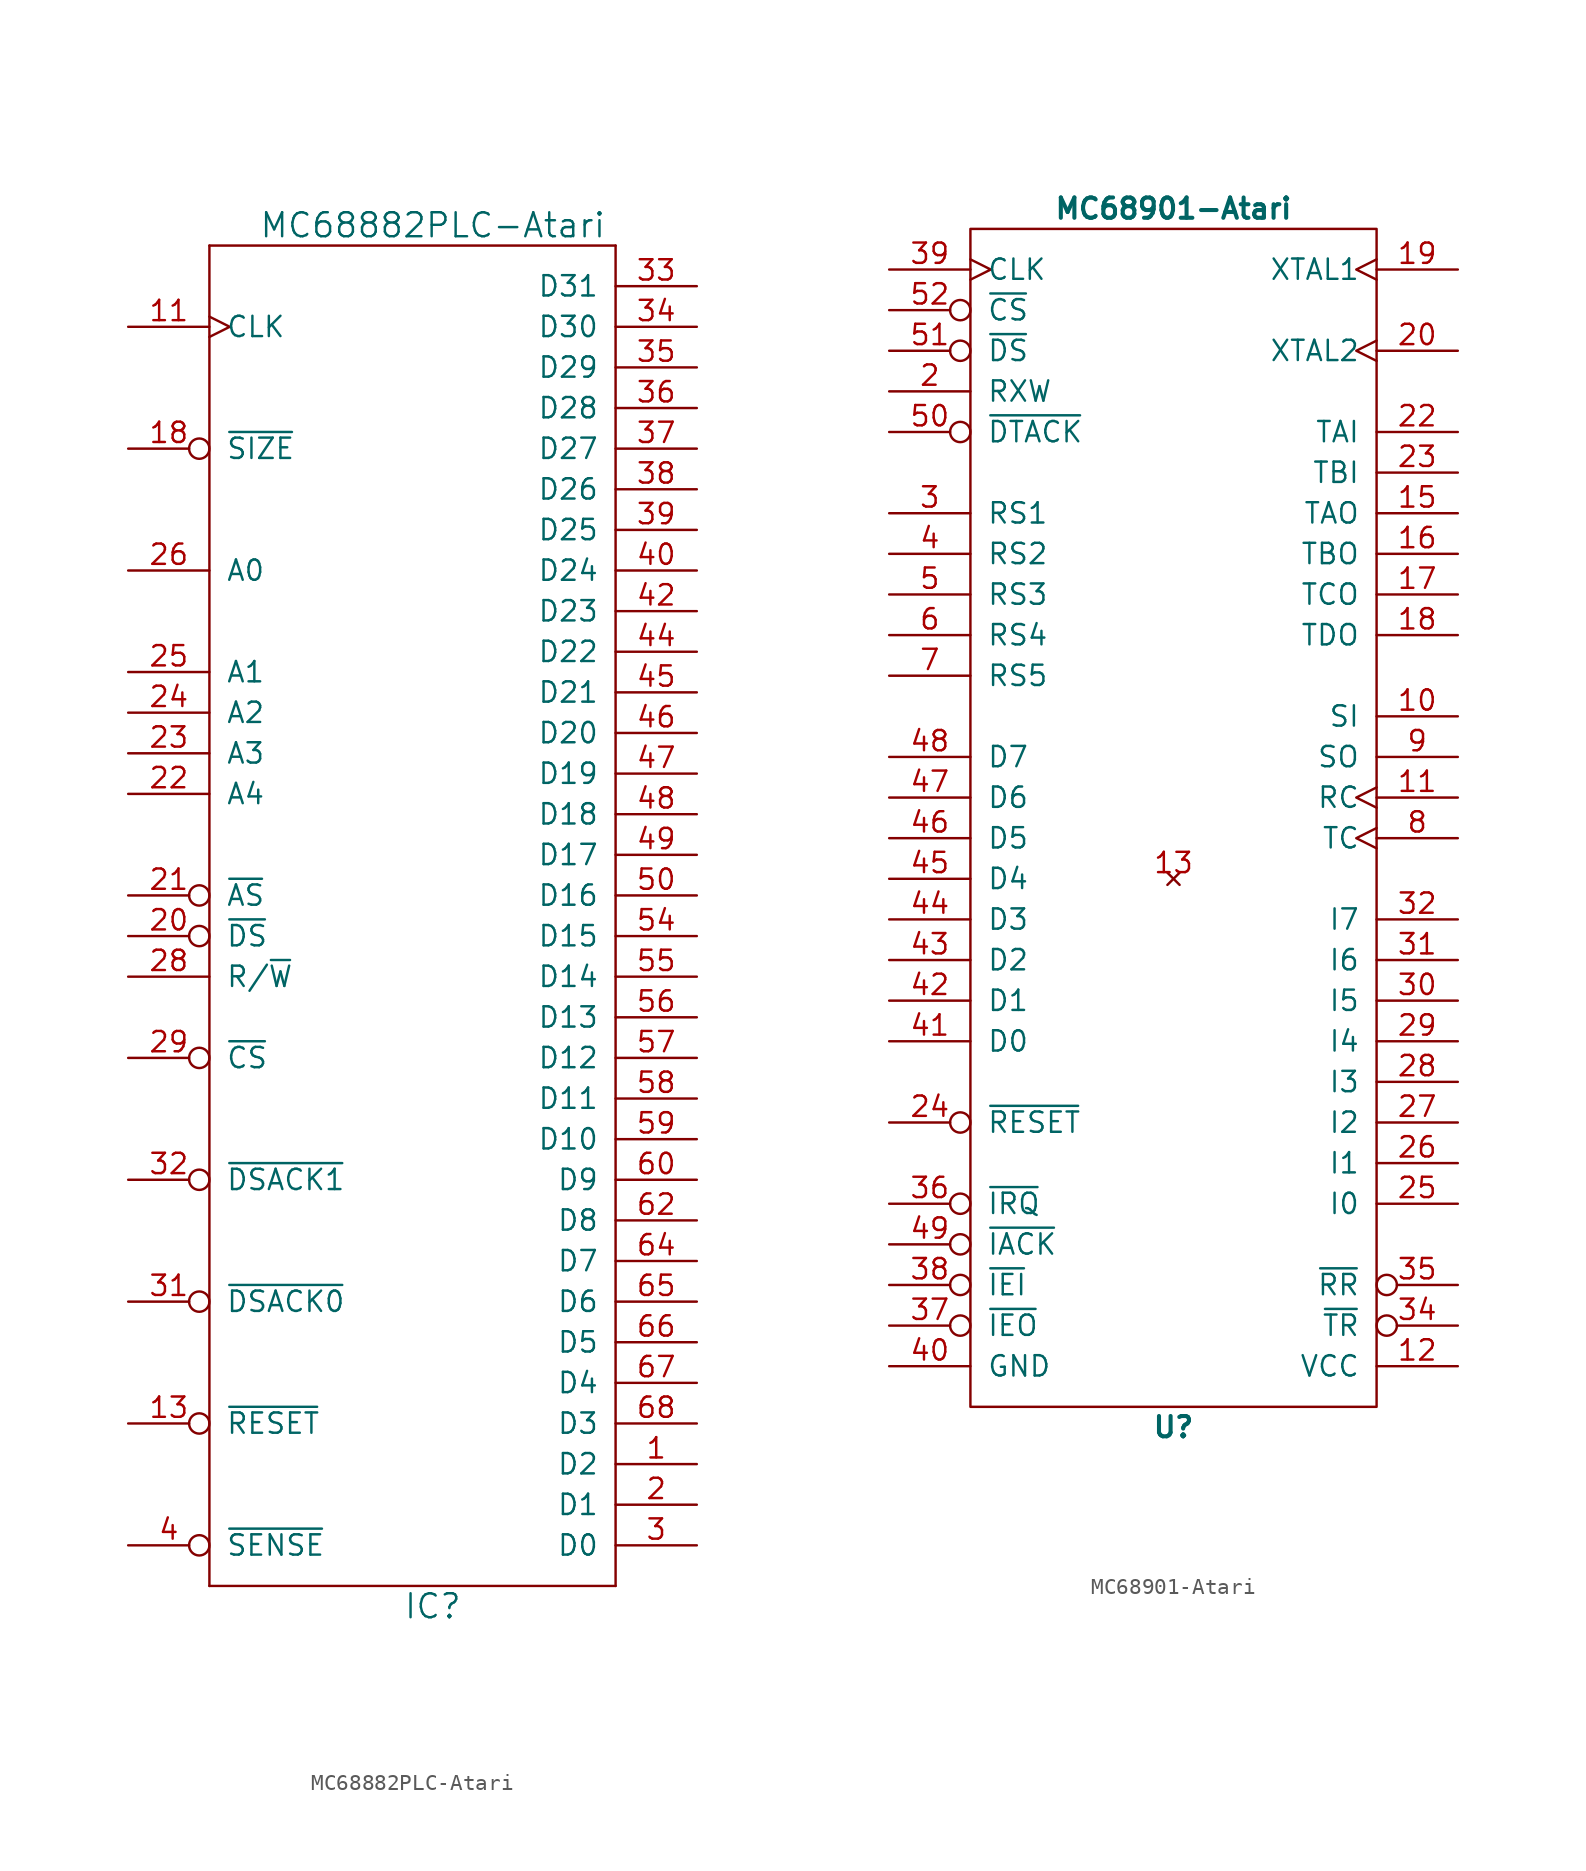
<source format=kicad_sym>
(kicad_symbol_lib
  (version 20231120)
  (generator "kicad_symbol_editor")
  (generator_version "8.0")
  (symbol "MC68882PLC-Atari"
    (pin_names
      (offset 1.016))
    (property "Reference" "IC"
      (at 0 -43.18 0)
      (effects (font (size 1.499 1.499))))
    (property "Value" "MC68882PLC-Atari"
      (at 0 43.18 0)
      (effects (font (size 1.499 1.499))))
    (symbol "MC68882PLC-Atari_1_0"
      (polyline (pts (xy -13.97 41.91) (xy -13.97 -41.91)) (stroke (width 0) (type solid)) (fill (type none)))
      (polyline (pts (xy 11.43 -41.91) (xy 11.43 41.91)) (stroke (width 0) (type solid)) (fill (type none)))
      (polyline (pts (xy -13.97 41.91) (xy -2.54 41.91) (xy 11.43 41.91)) (stroke (width 0) (type solid)) (fill (type none)))
      (polyline (pts (xy 11.43 -41.91) (xy -2.54 -41.91) (xy -13.97 -41.91)) (stroke (width 0) (type solid)) (fill (type none)))
      (pin input line (at 16.51 -34.29 180) (length 5.08) (name "D2" (effects (font (size 1.27 1.27)))) (number "1" (effects (font (size 1.27 1.27)))))
      (pin input clock (at -19.05 36.83 0) (length 5.08) (name "CLK" (effects (font (size 1.27 1.27)))) (number "11" (effects (font (size 1.27 1.27)))))
      (pin input inverted (at -19.05 -31.75 0) (length 5.08) (name "~{RESET}" (effects (font (size 1.27 1.27)))) (number "13" (effects (font (size 1.27 1.27)))))
      (pin input inverted (at -19.05 29.21 0) (length 5.08) (name "~{SIZE}" (effects (font (size 1.27 1.27)))) (number "18" (effects (font (size 1.27 1.27)))))
      (pin input line (at 16.51 -36.83 180) (length 5.08) (name "D1" (effects (font (size 1.27 1.27)))) (number "2" (effects (font (size 1.27 1.27)))))
      (pin input inverted (at -19.05 -1.27 0) (length 5.08) (name "~{DS}" (effects (font (size 1.27 1.27)))) (number "20" (effects (font (size 1.27 1.27)))))
      (pin input inverted (at -19.05 1.27 0) (length 5.08) (name "~{AS}" (effects (font (size 1.27 1.27)))) (number "21" (effects (font (size 1.27 1.27)))))
      (pin input line (at -19.05 7.62 0) (length 5.08) (name "A4" (effects (font (size 1.27 1.27)))) (number "22" (effects (font (size 1.27 1.27)))))
      (pin input line (at -19.05 10.16 0) (length 5.08) (name "A3" (effects (font (size 1.27 1.27)))) (number "23" (effects (font (size 1.27 1.27)))))
      (pin input line (at -19.05 12.7 0) (length 5.08) (name "A2" (effects (font (size 1.27 1.27)))) (number "24" (effects (font (size 1.27 1.27)))))
      (pin input line (at -19.05 15.24 0) (length 5.08) (name "A1" (effects (font (size 1.27 1.27)))) (number "25" (effects (font (size 1.27 1.27)))))
      (pin input line (at -19.05 21.59 0) (length 5.08) (name "A0" (effects (font (size 1.27 1.27)))) (number "26" (effects (font (size 1.27 1.27)))))
      (pin input line (at -19.05 -3.81 0) (length 5.08) (name "R/~{W}" (effects (font (size 1.27 1.27)))) (number "28" (effects (font (size 1.27 1.27)))))
      (pin input inverted (at -19.05 -8.89 0) (length 5.08) (name "~{CS}" (effects (font (size 1.27 1.27)))) (number "29" (effects (font (size 1.27 1.27)))))
      (pin input line (at 16.51 -39.37 180) (length 5.08) (name "D0" (effects (font (size 1.27 1.27)))) (number "3" (effects (font (size 1.27 1.27)))))
      (pin output inverted (at -19.05 -24.13 0) (length 5.08) (name "~{DSACK0}" (effects (font (size 1.27 1.27)))) (number "31" (effects (font (size 1.27 1.27)))))
      (pin output inverted (at -19.05 -16.51 0) (length 5.08) (name "~{DSACK1}" (effects (font (size 1.27 1.27)))) (number "32" (effects (font (size 1.27 1.27)))))
      (pin input line (at 16.51 39.37 180) (length 5.08) (name "D31" (effects (font (size 1.27 1.27)))) (number "33" (effects (font (size 1.27 1.27)))))
      (pin input line (at 16.51 36.83 180) (length 5.08) (name "D30" (effects (font (size 1.27 1.27)))) (number "34" (effects (font (size 1.27 1.27)))))
      (pin input line (at 16.51 34.29 180) (length 5.08) (name "D29" (effects (font (size 1.27 1.27)))) (number "35" (effects (font (size 1.27 1.27)))))
      (pin input line (at 16.51 31.75 180) (length 5.08) (name "D28" (effects (font (size 1.27 1.27)))) (number "36" (effects (font (size 1.27 1.27)))))
      (pin input line (at 16.51 29.21 180) (length 5.08) (name "D27" (effects (font (size 1.27 1.27)))) (number "37" (effects (font (size 1.27 1.27)))))
      (pin input line (at 16.51 26.67 180) (length 5.08) (name "D26" (effects (font (size 1.27 1.27)))) (number "38" (effects (font (size 1.27 1.27)))))
      (pin input line (at 16.51 24.13 180) (length 5.08) (name "D25" (effects (font (size 1.27 1.27)))) (number "39" (effects (font (size 1.27 1.27)))))
      (pin input inverted (at -19.05 -39.37 0) (length 5.08) (name "~{SENSE}" (effects (font (size 1.27 1.27)))) (number "4" (effects (font (size 1.27 1.27)))))
      (pin input line (at 16.51 21.59 180) (length 5.08) (name "D24" (effects (font (size 1.27 1.27)))) (number "40" (effects (font (size 1.27 1.27)))))
      (pin input line (at 16.51 19.05 180) (length 5.08) (name "D23" (effects (font (size 1.27 1.27)))) (number "42" (effects (font (size 1.27 1.27)))))
      (pin input line (at 16.51 16.51 180) (length 5.08) (name "D22" (effects (font (size 1.27 1.27)))) (number "44" (effects (font (size 1.27 1.27)))))
      (pin input line (at 16.51 13.97 180) (length 5.08) (name "D21" (effects (font (size 1.27 1.27)))) (number "45" (effects (font (size 1.27 1.27)))))
      (pin input line (at 16.51 11.43 180) (length 5.08) (name "D20" (effects (font (size 1.27 1.27)))) (number "46" (effects (font (size 1.27 1.27)))))
      (pin input line (at 16.51 8.89 180) (length 5.08) (name "D19" (effects (font (size 1.27 1.27)))) (number "47" (effects (font (size 1.27 1.27)))))
      (pin input line (at 16.51 6.35 180) (length 5.08) (name "D18" (effects (font (size 1.27 1.27)))) (number "48" (effects (font (size 1.27 1.27)))))
      (pin input line (at 16.51 3.81 180) (length 5.08) (name "D17" (effects (font (size 1.27 1.27)))) (number "49" (effects (font (size 1.27 1.27)))))
      (pin input line (at 16.51 1.27 180) (length 5.08) (name "D16" (effects (font (size 1.27 1.27)))) (number "50" (effects (font (size 1.27 1.27)))))
      (pin input line (at 16.51 -1.27 180) (length 5.08) (name "D15" (effects (font (size 1.27 1.27)))) (number "54" (effects (font (size 1.27 1.27)))))
      (pin input line (at 16.51 -3.81 180) (length 5.08) (name "D14" (effects (font (size 1.27 1.27)))) (number "55" (effects (font (size 1.27 1.27)))))
      (pin input line (at 16.51 -6.35 180) (length 5.08) (name "D13" (effects (font (size 1.27 1.27)))) (number "56" (effects (font (size 1.27 1.27)))))
      (pin input line (at 16.51 -8.89 180) (length 5.08) (name "D12" (effects (font (size 1.27 1.27)))) (number "57" (effects (font (size 1.27 1.27)))))
      (pin input line (at 16.51 -11.43 180) (length 5.08) (name "D11" (effects (font (size 1.27 1.27)))) (number "58" (effects (font (size 1.27 1.27)))))
      (pin input line (at 16.51 -13.97 180) (length 5.08) (name "D10" (effects (font (size 1.27 1.27)))) (number "59" (effects (font (size 1.27 1.27)))))
      (pin input line (at 16.51 -16.51 180) (length 5.08) (name "D9" (effects (font (size 1.27 1.27)))) (number "60" (effects (font (size 1.27 1.27)))))
      (pin input line (at 16.51 -19.05 180) (length 5.08) (name "D8" (effects (font (size 1.27 1.27)))) (number "62" (effects (font (size 1.27 1.27)))))
      (pin input line (at 16.51 -21.59 180) (length 5.08) (name "D7" (effects (font (size 1.27 1.27)))) (number "64" (effects (font (size 1.27 1.27)))))
      (pin input line (at 16.51 -24.13 180) (length 5.08) (name "D6" (effects (font (size 1.27 1.27)))) (number "65" (effects (font (size 1.27 1.27)))))
      (pin input line (at 16.51 -26.67 180) (length 5.08) (name "D5" (effects (font (size 1.27 1.27)))) (number "66" (effects (font (size 1.27 1.27)))))
      (pin input line (at 16.51 -29.21 180) (length 5.08) (name "D4" (effects (font (size 1.27 1.27)))) (number "67" (effects (font (size 1.27 1.27)))))
      (pin input line (at 16.51 -31.75 180) (length 5.08) (name "D3" (effects (font (size 1.27 1.27)))) (number "68" (effects (font (size 1.27 1.27))))))
    (symbol "MC68882PLC-Atari_1_1"
      (pin power_in line (at 0 31.75 0) (length 5.08) hide (name "VCC@1" (effects (font (size 0 0)))) (number "10" (effects (font (size 1.27 1.27)))))
      (pin power_in line (at 0 -6.35 0) (length 5.08) hide (name "GND@6" (effects (font (size 0 0)))) (number "12" (effects (font (size 1.27 1.27)))))
      (pin power_in line (at 0 -8.89 0) (length 5.08) hide (name "GND@7" (effects (font (size 0 0)))) (number "14" (effects (font (size 1.27 1.27)))))
      (pin no_connect line (at 0 -34.29 0) (length 5.08) hide (name "NC" (effects (font (size 0 0)))) (number "15" (effects (font (size 1.27 1.27)))))
      (pin power_in line (at 0 29.21 0) (length 5.08) hide (name "VCC@2" (effects (font (size 0 0)))) (number "16" (effects (font (size 1.27 1.27)))))
      (pin power_in line (at 0 26.67 0) (length 5.08) hide (name "VCC@3" (effects (font (size 0 0)))) (number "17" (effects (font (size 1.27 1.27)))))
      (pin power_in line (at 0 -11.43 0) (length 5.08) hide (name "GND@8" (effects (font (size 0 0)))) (number "19" (effects (font (size 1.27 1.27)))))
      (pin power_in line (at 0 24.13 0) (length 5.08) hide (name "VCC@4" (effects (font (size 0 0)))) (number "27" (effects (font (size 1.27 1.27)))))
      (pin power_in line (at 0 -13.97 0) (length 5.08) hide (name "GND@9" (effects (font (size 0 0)))) (number "30" (effects (font (size 1.27 1.27)))))
      (pin power_in line (at 0 -16.51 0) (length 5.08) hide (name "GND@10" (effects (font (size 0 0)))) (number "41" (effects (font (size 1.27 1.27)))))
      (pin power_in line (at 0 21.59 0) (length 5.08) hide (name "VCC@5" (effects (font (size 0 0)))) (number "43" (effects (font (size 1.27 1.27)))))
      (pin power_in line (at 0 6.35 0) (length 5.08) hide (name "GND@1" (effects (font (size 0 0)))) (number "5" (effects (font (size 1.27 1.27)))))
      (pin power_in line (at 0 -19.05 0) (length 5.08) hide (name "GND@11" (effects (font (size 0 0)))) (number "51" (effects (font (size 1.27 1.27)))))
      (pin power_in line (at 0 19.05 0) (length 5.08) hide (name "VCC@6" (effects (font (size 0 0)))) (number "52" (effects (font (size 1.27 1.27)))))
      (pin power_in line (at 0 16.51 0) (length 5.08) hide (name "VCC@7" (effects (font (size 0 0)))) (number "53" (effects (font (size 1.27 1.27)))))
      (pin power_in line (at 0 3.81 0) (length 5.08) hide (name "GND@2" (effects (font (size 0 0)))) (number "6" (effects (font (size 1.27 1.27)))))
      (pin power_in line (at 0 13.97 0) (length 5.08) hide (name "VCC@8" (effects (font (size 0 0)))) (number "61" (effects (font (size 1.27 1.27)))))
      (pin power_in line (at 0 -21.59 0) (length 5.08) hide (name "GND@12" (effects (font (size 0 0)))) (number "63" (effects (font (size 1.27 1.27)))))
      (pin power_in line (at 0 1.27 0) (length 5.08) hide (name "GND@3" (effects (font (size 0 0)))) (number "7" (effects (font (size 1.27 1.27)))))
      (pin power_in line (at 0 -1.27 0) (length 5.08) hide (name "GND@4" (effects (font (size 0 0)))) (number "8" (effects (font (size 1.27 1.27)))))
      (pin power_in line (at 0 -3.81 0) (length 5.08) hide (name "GND@5" (effects (font (size 0 0)))) (number "9" (effects (font (size 1.27 1.27)))))))
  (symbol "MC68901-Atari"
    (pin_names
      (offset 1.016))
    (property "Reference" "U"
      (at 0 -35.56 0)
      (effects (font (size 1.27 1.27) (bold yes))))
    (property "Value" "MC68901-Atari"
      (at 0 40.64 0)
      (effects (font (size 1.27 1.27) (bold yes))))
    (symbol "MC68901-Atari_0_1"
      (rectangle (start -12.7 -34.29) (end 12.7 39.37) (stroke (width 0) (type solid)) (fill (type none))))
    (symbol "MC68901-Atari_1_1"
      (pin input line (at 17.78 8.89 180) (length 5.08) (name "SI" (effects (font (size 1.27 1.27)))) (number "10" (effects (font (size 1.27 1.27)))))
      (pin input clock (at 17.78 3.81 180) (length 5.08) (name "RC" (effects (font (size 1.27 1.27)))) (number "11" (effects (font (size 1.27 1.27)))))
      (pin power_in line (at 17.78 -31.75 180) (length 5.08) (name "VCC" (effects (font (size 1.27 1.27)))) (number "12" (effects (font (size 1.27 1.27)))))
      (pin no_connect line (at 0 -1.27 0) (length 0) (name "MPX" (effects (font (size 0 0)))) (number "13" (effects (font (size 1.27 1.27)))))
      (pin output line (at 17.78 21.59 180) (length 5.08) (name "TAO" (effects (font (size 1.27 1.27)))) (number "15" (effects (font (size 1.27 1.27)))))
      (pin output line (at 17.78 19.05 180) (length 5.08) (name "TBO" (effects (font (size 1.27 1.27)))) (number "16" (effects (font (size 1.27 1.27)))))
      (pin output line (at 17.78 16.51 180) (length 5.08) (name "TCO" (effects (font (size 1.27 1.27)))) (number "17" (effects (font (size 1.27 1.27)))))
      (pin output line (at 17.78 13.97 180) (length 5.08) (name "TDO" (effects (font (size 1.27 1.27)))) (number "18" (effects (font (size 1.27 1.27)))))
      (pin input clock (at 17.78 36.83 180) (length 5.08) (name "XTAL1" (effects (font (size 1.27 1.27)))) (number "19" (effects (font (size 1.27 1.27)))))
      (pin input line (at -17.78 29.21 0) (length 5.08) (name "RXW" (effects (font (size 1.27 1.27)))) (number "2" (effects (font (size 1.27 1.27)))))
      (pin input clock (at 17.78 31.75 180) (length 5.08) (name "XTAL2" (effects (font (size 1.27 1.27)))) (number "20" (effects (font (size 1.27 1.27)))))
      (pin input line (at 17.78 26.67 180) (length 5.08) (name "TAI" (effects (font (size 1.27 1.27)))) (number "22" (effects (font (size 1.27 1.27)))))
      (pin input line (at 17.78 24.13 180) (length 5.08) (name "TBI" (effects (font (size 1.27 1.27)))) (number "23" (effects (font (size 1.27 1.27)))))
      (pin input inverted (at -17.78 -16.51 0) (length 5.08) (name "~{RESET}" (effects (font (size 1.27 1.27)))) (number "24" (effects (font (size 1.27 1.27)))))
      (pin input line (at 17.78 -21.59 180) (length 5.08) (name "I0" (effects (font (size 1.27 1.27)))) (number "25" (effects (font (size 1.27 1.27)))))
      (pin input line (at 17.78 -19.05 180) (length 5.08) (name "I1" (effects (font (size 1.27 1.27)))) (number "26" (effects (font (size 1.27 1.27)))))
      (pin input line (at 17.78 -16.51 180) (length 5.08) (name "I2" (effects (font (size 1.27 1.27)))) (number "27" (effects (font (size 1.27 1.27)))))
      (pin input line (at 17.78 -13.97 180) (length 5.08) (name "I3" (effects (font (size 1.27 1.27)))) (number "28" (effects (font (size 1.27 1.27)))))
      (pin input line (at 17.78 -11.43 180) (length 5.08) (name "I4" (effects (font (size 1.27 1.27)))) (number "29" (effects (font (size 1.27 1.27)))))
      (pin input line (at -17.78 21.59 0) (length 5.08) (name "RS1" (effects (font (size 1.27 1.27)))) (number "3" (effects (font (size 1.27 1.27)))))
      (pin input line (at 17.78 -8.89 180) (length 5.08) (name "I5" (effects (font (size 1.27 1.27)))) (number "30" (effects (font (size 1.27 1.27)))))
      (pin input line (at 17.78 -6.35 180) (length 5.08) (name "I6" (effects (font (size 1.27 1.27)))) (number "31" (effects (font (size 1.27 1.27)))))
      (pin input line (at 17.78 -3.81 180) (length 5.08) (name "I7" (effects (font (size 1.27 1.27)))) (number "32" (effects (font (size 1.27 1.27)))))
      (pin output inverted (at 17.78 -29.21 180) (length 5.08) (name "~{TR}" (effects (font (size 1.27 1.27)))) (number "34" (effects (font (size 1.27 1.27)))))
      (pin output inverted (at 17.78 -26.67 180) (length 5.08) (name "~{RR}" (effects (font (size 1.27 1.27)))) (number "35" (effects (font (size 1.27 1.27)))))
      (pin output inverted (at -17.78 -21.59 0) (length 5.08) (name "~{IRQ}" (effects (font (size 1.27 1.27)))) (number "36" (effects (font (size 1.27 1.27)))))
      (pin output inverted (at -17.78 -29.21 0) (length 5.08) (name "~{IEO}" (effects (font (size 1.27 1.27)))) (number "37" (effects (font (size 1.27 1.27)))))
      (pin input inverted (at -17.78 -26.67 0) (length 5.08) (name "~{IEI}" (effects (font (size 1.27 1.27)))) (number "38" (effects (font (size 1.27 1.27)))))
      (pin input clock (at -17.78 36.83 0) (length 5.08) (name "CLK" (effects (font (size 1.27 1.27)))) (number "39" (effects (font (size 1.27 1.27)))))
      (pin input line (at -17.78 19.05 0) (length 5.08) (name "RS2" (effects (font (size 1.27 1.27)))) (number "4" (effects (font (size 1.27 1.27)))))
      (pin power_in line (at -17.78 -31.75 0) (length 5.08) (name "GND" (effects (font (size 1.27 1.27)))) (number "40" (effects (font (size 1.27 1.27)))))
      (pin input line (at -17.78 -11.43 0) (length 5.08) (name "D0" (effects (font (size 1.27 1.27)))) (number "41" (effects (font (size 1.27 1.27)))))
      (pin input line (at -17.78 -8.89 0) (length 5.08) (name "D1" (effects (font (size 1.27 1.27)))) (number "42" (effects (font (size 1.27 1.27)))))
      (pin input line (at -17.78 -6.35 0) (length 5.08) (name "D2" (effects (font (size 1.27 1.27)))) (number "43" (effects (font (size 1.27 1.27)))))
      (pin input line (at -17.78 -3.81 0) (length 5.08) (name "D3" (effects (font (size 1.27 1.27)))) (number "44" (effects (font (size 1.27 1.27)))))
      (pin input line (at -17.78 -1.27 0) (length 5.08) (name "D4" (effects (font (size 1.27 1.27)))) (number "45" (effects (font (size 1.27 1.27)))))
      (pin input line (at -17.78 1.27 0) (length 5.08) (name "D5" (effects (font (size 1.27 1.27)))) (number "46" (effects (font (size 1.27 1.27)))))
      (pin input line (at -17.78 3.81 0) (length 5.08) (name "D6" (effects (font (size 1.27 1.27)))) (number "47" (effects (font (size 1.27 1.27)))))
      (pin input line (at -17.78 6.35 0) (length 5.08) (name "D7" (effects (font (size 1.27 1.27)))) (number "48" (effects (font (size 1.27 1.27)))))
      (pin input inverted (at -17.78 -24.13 0) (length 5.08) (name "~{IACK}" (effects (font (size 1.27 1.27)))) (number "49" (effects (font (size 1.27 1.27)))))
      (pin input line (at -17.78 16.51 0) (length 5.08) (name "RS3" (effects (font (size 1.27 1.27)))) (number "5" (effects (font (size 1.27 1.27)))))
      (pin output inverted (at -17.78 26.67 0) (length 5.08) (name "~{DTACK}" (effects (font (size 1.27 1.27)))) (number "50" (effects (font (size 1.27 1.27)))))
      (pin input inverted (at -17.78 31.75 0) (length 5.08) (name "~{DS}" (effects (font (size 1.27 1.27)))) (number "51" (effects (font (size 1.27 1.27)))))
      (pin input inverted (at -17.78 34.29 0) (length 5.08) (name "~{CS}" (effects (font (size 1.27 1.27)))) (number "52" (effects (font (size 1.27 1.27)))))
      (pin input line (at -17.78 13.97 0) (length 5.08) (name "RS4" (effects (font (size 1.27 1.27)))) (number "6" (effects (font (size 1.27 1.27)))))
      (pin input line (at -17.78 11.43 0) (length 5.08) (name "RS5" (effects (font (size 1.27 1.27)))) (number "7" (effects (font (size 1.27 1.27)))))
      (pin input clock (at 17.78 1.27 180) (length 5.08) (name "TC" (effects (font (size 1.27 1.27)))) (number "8" (effects (font (size 1.27 1.27)))))
      (pin output line (at 17.78 6.35 180) (length 5.08) (name "SO" (effects (font (size 1.27 1.27)))) (number "9" (effects (font (size 1.27 1.27))))))))
</source>
